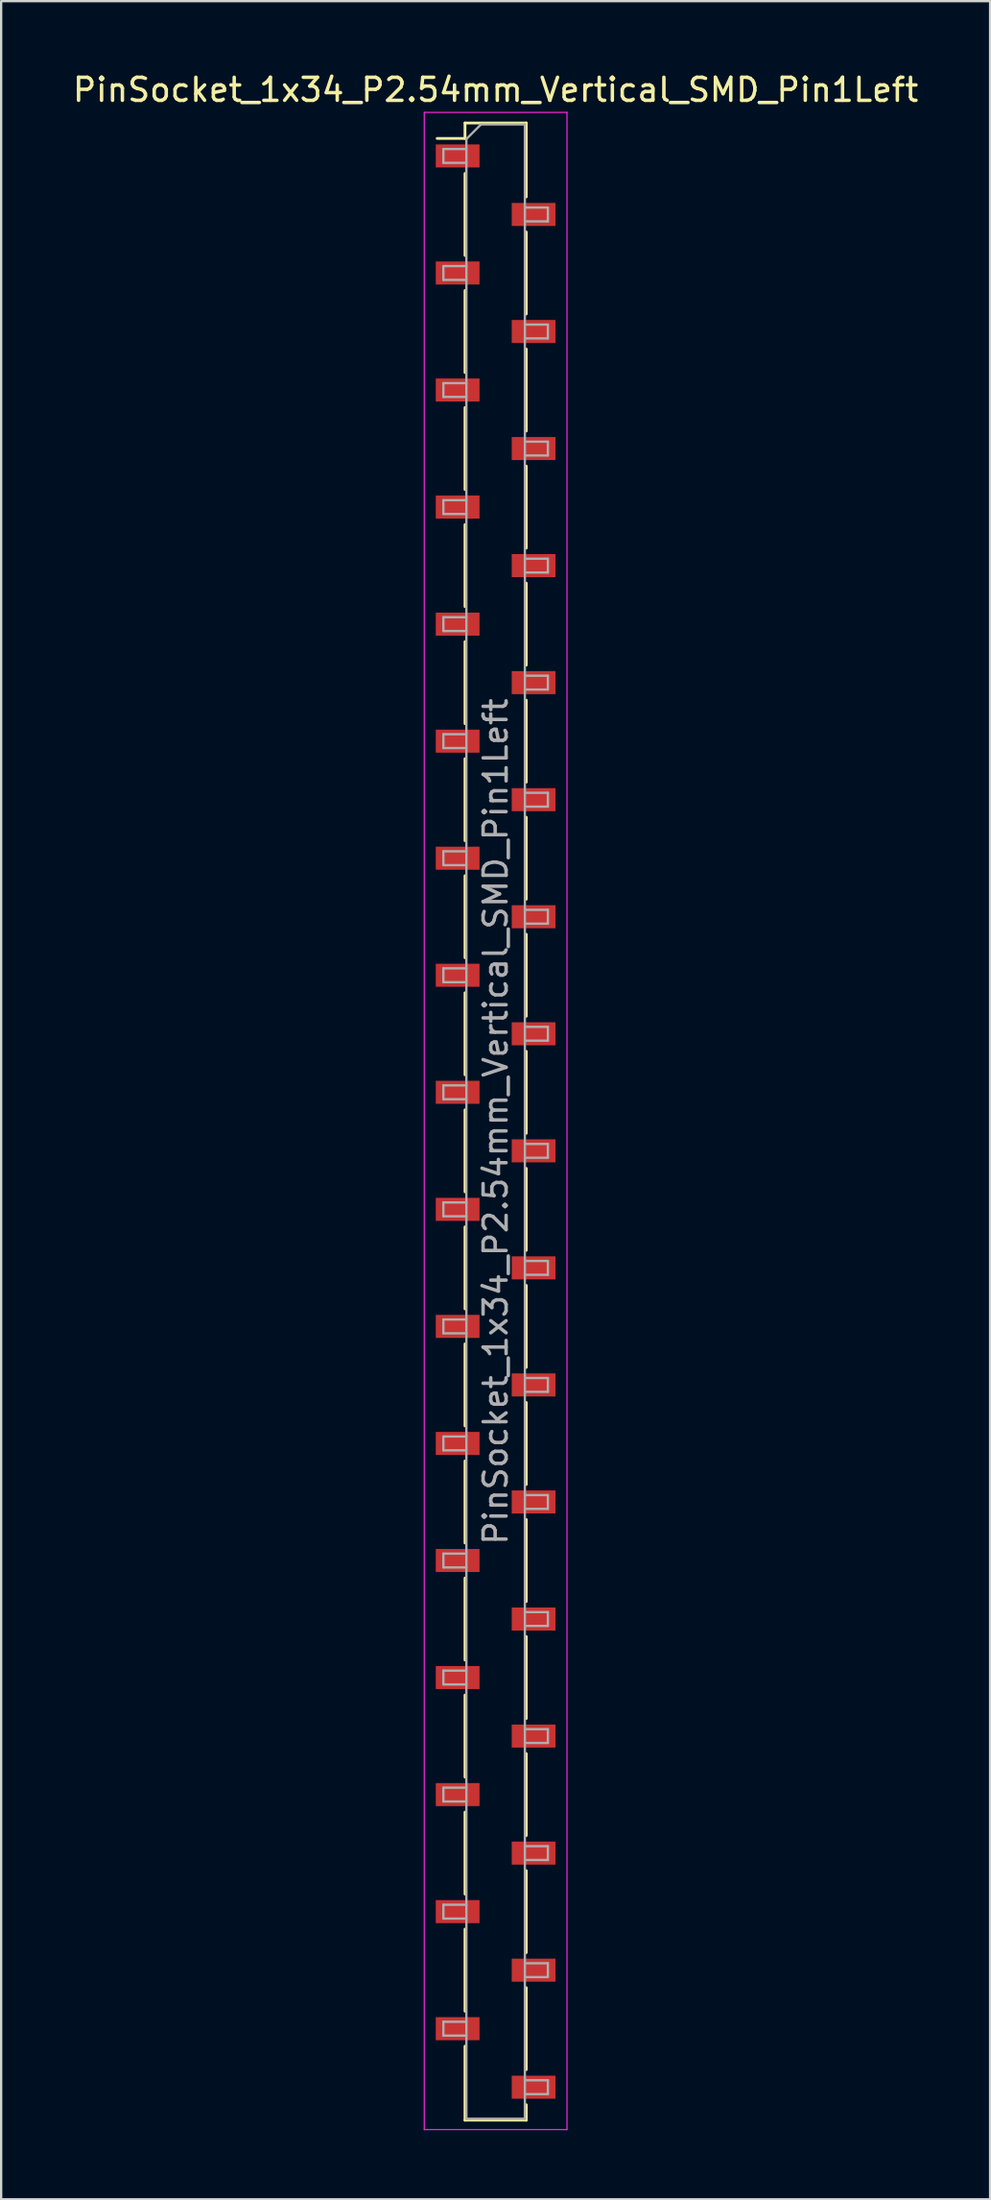
<source format=kicad_pcb>
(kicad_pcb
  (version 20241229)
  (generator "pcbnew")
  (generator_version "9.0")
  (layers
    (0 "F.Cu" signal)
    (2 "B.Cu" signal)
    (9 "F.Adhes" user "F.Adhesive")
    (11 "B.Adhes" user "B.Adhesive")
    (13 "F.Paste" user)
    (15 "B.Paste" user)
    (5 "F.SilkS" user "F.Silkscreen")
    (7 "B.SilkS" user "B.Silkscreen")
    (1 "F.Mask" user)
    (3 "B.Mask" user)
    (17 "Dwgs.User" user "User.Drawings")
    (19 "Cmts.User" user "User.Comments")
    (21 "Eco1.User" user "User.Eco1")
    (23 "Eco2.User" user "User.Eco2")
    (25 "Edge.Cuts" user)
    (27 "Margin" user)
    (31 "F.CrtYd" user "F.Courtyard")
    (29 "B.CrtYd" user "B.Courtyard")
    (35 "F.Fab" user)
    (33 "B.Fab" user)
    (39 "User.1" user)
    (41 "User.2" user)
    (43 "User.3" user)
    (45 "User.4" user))
  (footprint "PinSocket_1x34_P2.54mm_Vertical_SMD_Pin1Left"
    (layer "F.Cu")
    (at 18.482 45.628)
    (property "Reference" "PinSocket_1x34_P2.54mm_Vertical_SMD_Pin1Left" (at 0 -44.78 0) (layer "F.SilkS") (effects (font (size 1 1) (thickness 0.15))))
    (attr smd)
    (fp_line (start -2.54 -42.67) (end -1.33 -42.67) (stroke (width 0.12) (type solid)) (layer "F.SilkS"))
    (fp_line (start -1.33 -43.34) (end -1.33 -42.67) (stroke (width 0.12) (type solid)) (layer "F.SilkS"))
    (fp_line (start -1.33 -43.34) (end 1.33 -43.34) (stroke (width 0.12) (type solid)) (layer "F.SilkS"))
    (fp_line (start -1.33 -41.15) (end -1.33 -37.59) (stroke (width 0.12) (type solid)) (layer "F.SilkS"))
    (fp_line (start -1.33 -36.07) (end -1.33 -32.51) (stroke (width 0.12) (type solid)) (layer "F.SilkS"))
    (fp_line (start -1.33 -30.99) (end -1.33 -27.43) (stroke (width 0.12) (type solid)) (layer "F.SilkS"))
    (fp_line (start -1.33 -25.91) (end -1.33 -22.35) (stroke (width 0.12) (type solid)) (layer "F.SilkS"))
    (fp_line (start -1.33 -20.83) (end -1.33 -17.27) (stroke (width 0.12) (type solid)) (layer "F.SilkS"))
    (fp_line (start -1.33 -15.75) (end -1.33 -12.19) (stroke (width 0.12) (type solid)) (layer "F.SilkS"))
    (fp_line (start -1.33 -10.67) (end -1.33 -7.11) (stroke (width 0.12) (type solid)) (layer "F.SilkS"))
    (fp_line (start -1.33 -5.59) (end -1.33 -2.03) (stroke (width 0.12) (type solid)) (layer "F.SilkS"))
    (fp_line (start -1.33 -0.51) (end -1.33 3.05) (stroke (width 0.12) (type solid)) (layer "F.SilkS"))
    (fp_line (start -1.33 4.57) (end -1.33 8.13) (stroke (width 0.12) (type solid)) (layer "F.SilkS"))
    (fp_line (start -1.33 9.65) (end -1.33 13.21) (stroke (width 0.12) (type solid)) (layer "F.SilkS"))
    (fp_line (start -1.33 14.73) (end -1.33 18.29) (stroke (width 0.12) (type solid)) (layer "F.SilkS"))
    (fp_line (start -1.33 19.81) (end -1.33 23.37) (stroke (width 0.12) (type solid)) (layer "F.SilkS"))
    (fp_line (start -1.33 24.89) (end -1.33 28.45) (stroke (width 0.12) (type solid)) (layer "F.SilkS"))
    (fp_line (start -1.33 29.97) (end -1.33 33.53) (stroke (width 0.12) (type solid)) (layer "F.SilkS"))
    (fp_line (start -1.33 35.05) (end -1.33 38.61) (stroke (width 0.12) (type solid)) (layer "F.SilkS"))
    (fp_line (start -1.33 40.13) (end -1.33 43.34) (stroke (width 0.12) (type solid)) (layer "F.SilkS"))
    (fp_line (start -1.33 43.34) (end 1.33 43.34) (stroke (width 0.12) (type solid)) (layer "F.SilkS"))
    (fp_line (start 1.33 -43.34) (end 1.33 -40.13) (stroke (width 0.12) (type solid)) (layer "F.SilkS"))
    (fp_line (start 1.33 -38.61) (end 1.33 -35.05) (stroke (width 0.12) (type solid)) (layer "F.SilkS"))
    (fp_line (start 1.33 -33.53) (end 1.33 -29.97) (stroke (width 0.12) (type solid)) (layer "F.SilkS"))
    (fp_line (start 1.33 -28.45) (end 1.33 -24.89) (stroke (width 0.12) (type solid)) (layer "F.SilkS"))
    (fp_line (start 1.33 -23.37) (end 1.33 -19.81) (stroke (width 0.12) (type solid)) (layer "F.SilkS"))
    (fp_line (start 1.33 -18.29) (end 1.33 -14.73) (stroke (width 0.12) (type solid)) (layer "F.SilkS"))
    (fp_line (start 1.33 -13.21) (end 1.33 -9.65) (stroke (width 0.12) (type solid)) (layer "F.SilkS"))
    (fp_line (start 1.33 -8.13) (end 1.33 -4.57) (stroke (width 0.12) (type solid)) (layer "F.SilkS"))
    (fp_line (start 1.33 -3.05) (end 1.33 0.51) (stroke (width 0.12) (type solid)) (layer "F.SilkS"))
    (fp_line (start 1.33 2.03) (end 1.33 5.59) (stroke (width 0.12) (type solid)) (layer "F.SilkS"))
    (fp_line (start 1.33 7.11) (end 1.33 10.67) (stroke (width 0.12) (type solid)) (layer "F.SilkS"))
    (fp_line (start 1.33 12.19) (end 1.33 15.75) (stroke (width 0.12) (type solid)) (layer "F.SilkS"))
    (fp_line (start 1.33 17.27) (end 1.33 20.83) (stroke (width 0.12) (type solid)) (layer "F.SilkS"))
    (fp_line (start 1.33 22.35) (end 1.33 25.91) (stroke (width 0.12) (type solid)) (layer "F.SilkS"))
    (fp_line (start 1.33 27.43) (end 1.33 30.99) (stroke (width 0.12) (type solid)) (layer "F.SilkS"))
    (fp_line (start 1.33 32.51) (end 1.33 36.07) (stroke (width 0.12) (type solid)) (layer "F.SilkS"))
    (fp_line (start 1.33 37.59) (end 1.33 41.15) (stroke (width 0.12) (type solid)) (layer "F.SilkS"))
    (fp_line (start 1.33 42.67) (end 1.33 43.34) (stroke (width 0.12) (type solid)) (layer "F.SilkS"))
    (fp_line (start -3.1 -43.8) (end 3.1 -43.8) (stroke (width 0.05) (type solid)) (layer "F.CrtYd"))
    (fp_line (start -3.1 43.75) (end -3.1 -43.8) (stroke (width 0.05) (type solid)) (layer "F.CrtYd"))
    (fp_line (start 3.1 -43.8) (end 3.1 43.75) (stroke (width 0.05) (type solid)) (layer "F.CrtYd"))
    (fp_line (start 3.1 43.75) (end -3.1 43.75) (stroke (width 0.05) (type solid)) (layer "F.CrtYd"))
    (fp_line (start -2.27 -42.21) (end -1.27 -42.21) (stroke (width 0.1) (type solid)) (layer "F.Fab"))
    (fp_line (start -2.27 -41.61) (end -2.27 -42.21) (stroke (width 0.1) (type solid)) (layer "F.Fab"))
    (fp_line (start -2.27 -37.13) (end -1.27 -37.13) (stroke (width 0.1) (type solid)) (layer "F.Fab"))
    (fp_line (start -2.27 -36.53) (end -2.27 -37.13) (stroke (width 0.1) (type solid)) (layer "F.Fab"))
    (fp_line (start -2.27 -32.05) (end -1.27 -32.05) (stroke (width 0.1) (type solid)) (layer "F.Fab"))
    (fp_line (start -2.27 -31.45) (end -2.27 -32.05) (stroke (width 0.1) (type solid)) (layer "F.Fab"))
    (fp_line (start -2.27 -26.97) (end -1.27 -26.97) (stroke (width 0.1) (type solid)) (layer "F.Fab"))
    (fp_line (start -2.27 -26.37) (end -2.27 -26.97) (stroke (width 0.1) (type solid)) (layer "F.Fab"))
    (fp_line (start -2.27 -21.89) (end -1.27 -21.89) (stroke (width 0.1) (type solid)) (layer "F.Fab"))
    (fp_line (start -2.27 -21.29) (end -2.27 -21.89) (stroke (width 0.1) (type solid)) (layer "F.Fab"))
    (fp_line (start -2.27 -16.81) (end -1.27 -16.81) (stroke (width 0.1) (type solid)) (layer "F.Fab"))
    (fp_line (start -2.27 -16.21) (end -2.27 -16.81) (stroke (width 0.1) (type solid)) (layer "F.Fab"))
    (fp_line (start -2.27 -11.73) (end -1.27 -11.73) (stroke (width 0.1) (type solid)) (layer "F.Fab"))
    (fp_line (start -2.27 -11.13) (end -2.27 -11.73) (stroke (width 0.1) (type solid)) (layer "F.Fab"))
    (fp_line (start -2.27 -6.65) (end -1.27 -6.65) (stroke (width 0.1) (type solid)) (layer "F.Fab"))
    (fp_line (start -2.27 -6.05) (end -2.27 -6.65) (stroke (width 0.1) (type solid)) (layer "F.Fab"))
    (fp_line (start -2.27 -1.57) (end -1.27 -1.57) (stroke (width 0.1) (type solid)) (layer "F.Fab"))
    (fp_line (start -2.27 -0.97) (end -2.27 -1.57) (stroke (width 0.1) (type solid)) (layer "F.Fab"))
    (fp_line (start -2.27 3.51) (end -1.27 3.51) (stroke (width 0.1) (type solid)) (layer "F.Fab"))
    (fp_line (start -2.27 4.11) (end -2.27 3.51) (stroke (width 0.1) (type solid)) (layer "F.Fab"))
    (fp_line (start -2.27 8.59) (end -1.27 8.59) (stroke (width 0.1) (type solid)) (layer "F.Fab"))
    (fp_line (start -2.27 9.19) (end -2.27 8.59) (stroke (width 0.1) (type solid)) (layer "F.Fab"))
    (fp_line (start -2.27 13.67) (end -1.27 13.67) (stroke (width 0.1) (type solid)) (layer "F.Fab"))
    (fp_line (start -2.27 14.27) (end -2.27 13.67) (stroke (width 0.1) (type solid)) (layer "F.Fab"))
    (fp_line (start -2.27 18.75) (end -1.27 18.75) (stroke (width 0.1) (type solid)) (layer "F.Fab"))
    (fp_line (start -2.27 19.35) (end -2.27 18.75) (stroke (width 0.1) (type solid)) (layer "F.Fab"))
    (fp_line (start -2.27 23.83) (end -1.27 23.83) (stroke (width 0.1) (type solid)) (layer "F.Fab"))
    (fp_line (start -2.27 24.43) (end -2.27 23.83) (stroke (width 0.1) (type solid)) (layer "F.Fab"))
    (fp_line (start -2.27 28.91) (end -1.27 28.91) (stroke (width 0.1) (type solid)) (layer "F.Fab"))
    (fp_line (start -2.27 29.51) (end -2.27 28.91) (stroke (width 0.1) (type solid)) (layer "F.Fab"))
    (fp_line (start -2.27 33.99) (end -1.27 33.99) (stroke (width 0.1) (type solid)) (layer "F.Fab"))
    (fp_line (start -2.27 34.59) (end -2.27 33.99) (stroke (width 0.1) (type solid)) (layer "F.Fab"))
    (fp_line (start -2.27 39.07) (end -1.27 39.07) (stroke (width 0.1) (type solid)) (layer "F.Fab"))
    (fp_line (start -2.27 39.67) (end -2.27 39.07) (stroke (width 0.1) (type solid)) (layer "F.Fab"))
    (fp_line (start -1.27 -42.645) (end -0.635 -43.28) (stroke (width 0.1) (type solid)) (layer "F.Fab"))
    (fp_line (start -1.27 -41.61) (end -2.27 -41.61) (stroke (width 0.1) (type solid)) (layer "F.Fab"))
    (fp_line (start -1.27 -36.53) (end -2.27 -36.53) (stroke (width 0.1) (type solid)) (layer "F.Fab"))
    (fp_line (start -1.27 -31.45) (end -2.27 -31.45) (stroke (width 0.1) (type solid)) (layer "F.Fab"))
    (fp_line (start -1.27 -26.37) (end -2.27 -26.37) (stroke (width 0.1) (type solid)) (layer "F.Fab"))
    (fp_line (start -1.27 -21.29) (end -2.27 -21.29) (stroke (width 0.1) (type solid)) (layer "F.Fab"))
    (fp_line (start -1.27 -16.21) (end -2.27 -16.21) (stroke (width 0.1) (type solid)) (layer "F.Fab"))
    (fp_line (start -1.27 -11.13) (end -2.27 -11.13) (stroke (width 0.1) (type solid)) (layer "F.Fab"))
    (fp_line (start -1.27 -6.05) (end -2.27 -6.05) (stroke (width 0.1) (type solid)) (layer "F.Fab"))
    (fp_line (start -1.27 -0.97) (end -2.27 -0.97) (stroke (width 0.1) (type solid)) (layer "F.Fab"))
    (fp_line (start -1.27 4.11) (end -2.27 4.11) (stroke (width 0.1) (type solid)) (layer "F.Fab"))
    (fp_line (start -1.27 9.19) (end -2.27 9.19) (stroke (width 0.1) (type solid)) (layer "F.Fab"))
    (fp_line (start -1.27 14.27) (end -2.27 14.27) (stroke (width 0.1) (type solid)) (layer "F.Fab"))
    (fp_line (start -1.27 19.35) (end -2.27 19.35) (stroke (width 0.1) (type solid)) (layer "F.Fab"))
    (fp_line (start -1.27 24.43) (end -2.27 24.43) (stroke (width 0.1) (type solid)) (layer "F.Fab"))
    (fp_line (start -1.27 29.51) (end -2.27 29.51) (stroke (width 0.1) (type solid)) (layer "F.Fab"))
    (fp_line (start -1.27 34.59) (end -2.27 34.59) (stroke (width 0.1) (type solid)) (layer "F.Fab"))
    (fp_line (start -1.27 39.67) (end -2.27 39.67) (stroke (width 0.1) (type solid)) (layer "F.Fab"))
    (fp_line (start -1.27 43.28) (end -1.27 -42.645) (stroke (width 0.1) (type solid)) (layer "F.Fab"))
    (fp_line (start -0.635 -43.28) (end 1.27 -43.28) (stroke (width 0.1) (type solid)) (layer "F.Fab"))
    (fp_line (start 1.27 -43.28) (end 1.27 43.28) (stroke (width 0.1) (type solid)) (layer "F.Fab"))
    (fp_line (start 1.27 -39.67) (end 2.27 -39.67) (stroke (width 0.1) (type solid)) (layer "F.Fab"))
    (fp_line (start 1.27 -34.59) (end 2.27 -34.59) (stroke (width 0.1) (type solid)) (layer "F.Fab"))
    (fp_line (start 1.27 -29.51) (end 2.27 -29.51) (stroke (width 0.1) (type solid)) (layer "F.Fab"))
    (fp_line (start 1.27 -24.43) (end 2.27 -24.43) (stroke (width 0.1) (type solid)) (layer "F.Fab"))
    (fp_line (start 1.27 -19.35) (end 2.27 -19.35) (stroke (width 0.1) (type solid)) (layer "F.Fab"))
    (fp_line (start 1.27 -14.27) (end 2.27 -14.27) (stroke (width 0.1) (type solid)) (layer "F.Fab"))
    (fp_line (start 1.27 -9.19) (end 2.27 -9.19) (stroke (width 0.1) (type solid)) (layer "F.Fab"))
    (fp_line (start 1.27 -4.11) (end 2.27 -4.11) (stroke (width 0.1) (type solid)) (layer "F.Fab"))
    (fp_line (start 1.27 0.97) (end 2.27 0.97) (stroke (width 0.1) (type solid)) (layer "F.Fab"))
    (fp_line (start 1.27 6.05) (end 2.27 6.05) (stroke (width 0.1) (type solid)) (layer "F.Fab"))
    (fp_line (start 1.27 11.13) (end 2.27 11.13) (stroke (width 0.1) (type solid)) (layer "F.Fab"))
    (fp_line (start 1.27 16.21) (end 2.27 16.21) (stroke (width 0.1) (type solid)) (layer "F.Fab"))
    (fp_line (start 1.27 21.29) (end 2.27 21.29) (stroke (width 0.1) (type solid)) (layer "F.Fab"))
    (fp_line (start 1.27 26.37) (end 2.27 26.37) (stroke (width 0.1) (type solid)) (layer "F.Fab"))
    (fp_line (start 1.27 31.45) (end 2.27 31.45) (stroke (width 0.1) (type solid)) (layer "F.Fab"))
    (fp_line (start 1.27 36.53) (end 2.27 36.53) (stroke (width 0.1) (type solid)) (layer "F.Fab"))
    (fp_line (start 1.27 41.61) (end 2.27 41.61) (stroke (width 0.1) (type solid)) (layer "F.Fab"))
    (fp_line (start 1.27 43.28) (end -1.27 43.28) (stroke (width 0.1) (type solid)) (layer "F.Fab"))
    (fp_line (start 2.27 -39.67) (end 2.27 -39.07) (stroke (width 0.1) (type solid)) (layer "F.Fab"))
    (fp_line (start 2.27 -39.07) (end 1.27 -39.07) (stroke (width 0.1) (type solid)) (layer "F.Fab"))
    (fp_line (start 2.27 -34.59) (end 2.27 -33.99) (stroke (width 0.1) (type solid)) (layer "F.Fab"))
    (fp_line (start 2.27 -33.99) (end 1.27 -33.99) (stroke (width 0.1) (type solid)) (layer "F.Fab"))
    (fp_line (start 2.27 -29.51) (end 2.27 -28.91) (stroke (width 0.1) (type solid)) (layer "F.Fab"))
    (fp_line (start 2.27 -28.91) (end 1.27 -28.91) (stroke (width 0.1) (type solid)) (layer "F.Fab"))
    (fp_line (start 2.27 -24.43) (end 2.27 -23.83) (stroke (width 0.1) (type solid)) (layer "F.Fab"))
    (fp_line (start 2.27 -23.83) (end 1.27 -23.83) (stroke (width 0.1) (type solid)) (layer "F.Fab"))
    (fp_line (start 2.27 -19.35) (end 2.27 -18.75) (stroke (width 0.1) (type solid)) (layer "F.Fab"))
    (fp_line (start 2.27 -18.75) (end 1.27 -18.75) (stroke (width 0.1) (type solid)) (layer "F.Fab"))
    (fp_line (start 2.27 -14.27) (end 2.27 -13.67) (stroke (width 0.1) (type solid)) (layer "F.Fab"))
    (fp_line (start 2.27 -13.67) (end 1.27 -13.67) (stroke (width 0.1) (type solid)) (layer "F.Fab"))
    (fp_line (start 2.27 -9.19) (end 2.27 -8.59) (stroke (width 0.1) (type solid)) (layer "F.Fab"))
    (fp_line (start 2.27 -8.59) (end 1.27 -8.59) (stroke (width 0.1) (type solid)) (layer "F.Fab"))
    (fp_line (start 2.27 -4.11) (end 2.27 -3.51) (stroke (width 0.1) (type solid)) (layer "F.Fab"))
    (fp_line (start 2.27 -3.51) (end 1.27 -3.51) (stroke (width 0.1) (type solid)) (layer "F.Fab"))
    (fp_line (start 2.27 0.97) (end 2.27 1.57) (stroke (width 0.1) (type solid)) (layer "F.Fab"))
    (fp_line (start 2.27 1.57) (end 1.27 1.57) (stroke (width 0.1) (type solid)) (layer "F.Fab"))
    (fp_line (start 2.27 6.05) (end 2.27 6.65) (stroke (width 0.1) (type solid)) (layer "F.Fab"))
    (fp_line (start 2.27 6.65) (end 1.27 6.65) (stroke (width 0.1) (type solid)) (layer "F.Fab"))
    (fp_line (start 2.27 11.13) (end 2.27 11.73) (stroke (width 0.1) (type solid)) (layer "F.Fab"))
    (fp_line (start 2.27 11.73) (end 1.27 11.73) (stroke (width 0.1) (type solid)) (layer "F.Fab"))
    (fp_line (start 2.27 16.21) (end 2.27 16.81) (stroke (width 0.1) (type solid)) (layer "F.Fab"))
    (fp_line (start 2.27 16.81) (end 1.27 16.81) (stroke (width 0.1) (type solid)) (layer "F.Fab"))
    (fp_line (start 2.27 21.29) (end 2.27 21.89) (stroke (width 0.1) (type solid)) (layer "F.Fab"))
    (fp_line (start 2.27 21.89) (end 1.27 21.89) (stroke (width 0.1) (type solid)) (layer "F.Fab"))
    (fp_line (start 2.27 26.37) (end 2.27 26.97) (stroke (width 0.1) (type solid)) (layer "F.Fab"))
    (fp_line (start 2.27 26.97) (end 1.27 26.97) (stroke (width 0.1) (type solid)) (layer "F.Fab"))
    (fp_line (start 2.27 31.45) (end 2.27 32.05) (stroke (width 0.1) (type solid)) (layer "F.Fab"))
    (fp_line (start 2.27 32.05) (end 1.27 32.05) (stroke (width 0.1) (type solid)) (layer "F.Fab"))
    (fp_line (start 2.27 36.53) (end 2.27 37.13) (stroke (width 0.1) (type solid)) (layer "F.Fab"))
    (fp_line (start 2.27 37.13) (end 1.27 37.13) (stroke (width 0.1) (type solid)) (layer "F.Fab"))
    (fp_line (start 2.27 41.61) (end 2.27 42.21) (stroke (width 0.1) (type solid)) (layer "F.Fab"))
    (fp_line (start 2.27 42.21) (end 1.27 42.21) (stroke (width 0.1) (type solid)) (layer "F.Fab"))
    (fp_text user "${REFERENCE}" (at 0 0 90) (layer "F.Fab") (effects (font (size 1 1) (thickness 0.15))))
    (pad "1" smd rect (at -1.65 -41.91) (size 1.9 1) (layers "F.Cu" "F.Mask" "F.Paste"))
    (pad "2" smd rect (at 1.65 -39.37) (size 1.9 1) (layers "F.Cu" "F.Mask" "F.Paste"))
    (pad "3" smd rect (at -1.65 -36.83) (size 1.9 1) (layers "F.Cu" "F.Mask" "F.Paste"))
    (pad "4" smd rect (at 1.65 -34.29) (size 1.9 1) (layers "F.Cu" "F.Mask" "F.Paste"))
    (pad "5" smd rect (at -1.65 -31.75) (size 1.9 1) (layers "F.Cu" "F.Mask" "F.Paste"))
    (pad "6" smd rect (at 1.65 -29.21) (size 1.9 1) (layers "F.Cu" "F.Mask" "F.Paste"))
    (pad "7" smd rect (at -1.65 -26.67) (size 1.9 1) (layers "F.Cu" "F.Mask" "F.Paste"))
    (pad "8" smd rect (at 1.65 -24.13) (size 1.9 1) (layers "F.Cu" "F.Mask" "F.Paste"))
    (pad "9" smd rect (at -1.65 -21.59) (size 1.9 1) (layers "F.Cu" "F.Mask" "F.Paste"))
    (pad "10" smd rect (at 1.65 -19.05) (size 1.9 1) (layers "F.Cu" "F.Mask" "F.Paste"))
    (pad "11" smd rect (at -1.65 -16.51) (size 1.9 1) (layers "F.Cu" "F.Mask" "F.Paste"))
    (pad "12" smd rect (at 1.65 -13.97) (size 1.9 1) (layers "F.Cu" "F.Mask" "F.Paste"))
    (pad "13" smd rect (at -1.65 -11.43) (size 1.9 1) (layers "F.Cu" "F.Mask" "F.Paste"))
    (pad "14" smd rect (at 1.65 -8.89) (size 1.9 1) (layers "F.Cu" "F.Mask" "F.Paste"))
    (pad "15" smd rect (at -1.65 -6.35) (size 1.9 1) (layers "F.Cu" "F.Mask" "F.Paste"))
    (pad "16" smd rect (at 1.65 -3.81) (size 1.9 1) (layers "F.Cu" "F.Mask" "F.Paste"))
    (pad "17" smd rect (at -1.65 -1.27) (size 1.9 1) (layers "F.Cu" "F.Mask" "F.Paste"))
    (pad "18" smd rect (at 1.65 1.27) (size 1.9 1) (layers "F.Cu" "F.Mask" "F.Paste"))
    (pad "19" smd rect (at -1.65 3.81) (size 1.9 1) (layers "F.Cu" "F.Mask" "F.Paste"))
    (pad "20" smd rect (at 1.65 6.35) (size 1.9 1) (layers "F.Cu" "F.Mask" "F.Paste"))
    (pad "21" smd rect (at -1.65 8.89) (size 1.9 1) (layers "F.Cu" "F.Mask" "F.Paste"))
    (pad "22" smd rect (at 1.65 11.43) (size 1.9 1) (layers "F.Cu" "F.Mask" "F.Paste"))
    (pad "23" smd rect (at -1.65 13.97) (size 1.9 1) (layers "F.Cu" "F.Mask" "F.Paste"))
    (pad "24" smd rect (at 1.65 16.51) (size 1.9 1) (layers "F.Cu" "F.Mask" "F.Paste"))
    (pad "25" smd rect (at -1.65 19.05) (size 1.9 1) (layers "F.Cu" "F.Mask" "F.Paste"))
    (pad "26" smd rect (at 1.65 21.59) (size 1.9 1) (layers "F.Cu" "F.Mask" "F.Paste"))
    (pad "27" smd rect (at -1.65 24.13) (size 1.9 1) (layers "F.Cu" "F.Mask" "F.Paste"))
    (pad "28" smd rect (at 1.65 26.67) (size 1.9 1) (layers "F.Cu" "F.Mask" "F.Paste"))
    (pad "29" smd rect (at -1.65 29.21) (size 1.9 1) (layers "F.Cu" "F.Mask" "F.Paste"))
    (pad "30" smd rect (at 1.65 31.75) (size 1.9 1) (layers "F.Cu" "F.Mask" "F.Paste"))
    (pad "31" smd rect (at -1.65 34.29) (size 1.9 1) (layers "F.Cu" "F.Mask" "F.Paste"))
    (pad "32" smd rect (at 1.65 36.83) (size 1.9 1) (layers "F.Cu" "F.Mask" "F.Paste"))
    (pad "33" smd rect (at -1.65 39.37) (size 1.9 1) (layers "F.Cu" "F.Mask" "F.Paste"))
    (pad "34" smd rect (at 1.65 41.91) (size 1.9 1) (layers "F.Cu" "F.Mask" "F.Paste")))
  (gr_rect
    (start -3 -3)
    (end 39.964 92.403)
    (stroke (width 0.1) (type default))
    (fill no)
    (layer "Edge.Cuts")))
</source>
